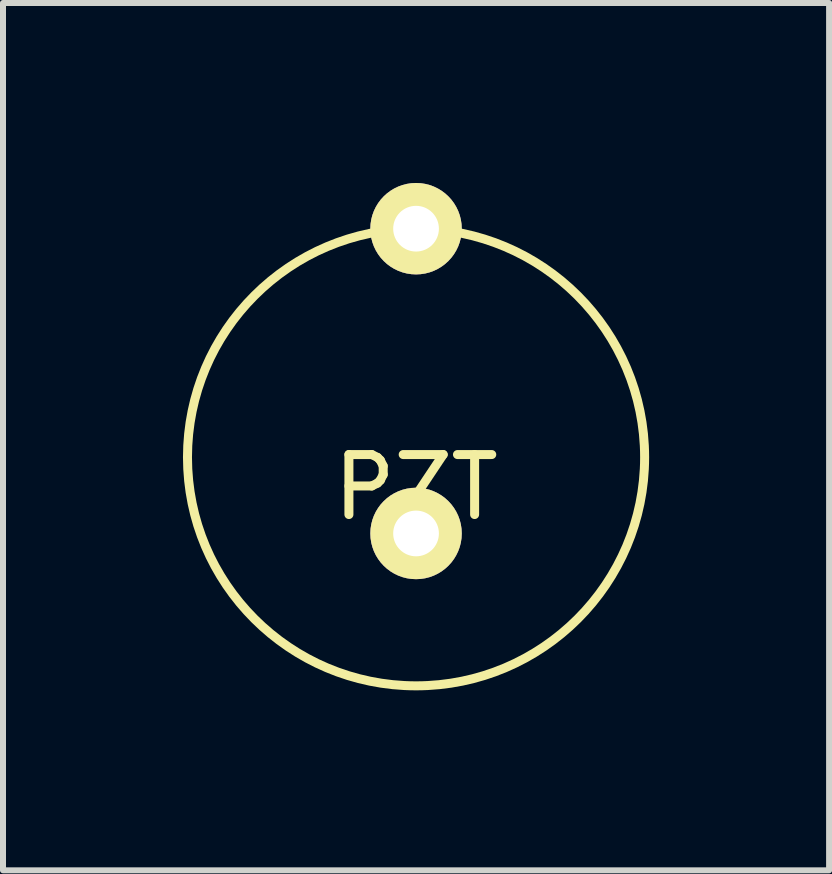
<source format=kicad_pcb>
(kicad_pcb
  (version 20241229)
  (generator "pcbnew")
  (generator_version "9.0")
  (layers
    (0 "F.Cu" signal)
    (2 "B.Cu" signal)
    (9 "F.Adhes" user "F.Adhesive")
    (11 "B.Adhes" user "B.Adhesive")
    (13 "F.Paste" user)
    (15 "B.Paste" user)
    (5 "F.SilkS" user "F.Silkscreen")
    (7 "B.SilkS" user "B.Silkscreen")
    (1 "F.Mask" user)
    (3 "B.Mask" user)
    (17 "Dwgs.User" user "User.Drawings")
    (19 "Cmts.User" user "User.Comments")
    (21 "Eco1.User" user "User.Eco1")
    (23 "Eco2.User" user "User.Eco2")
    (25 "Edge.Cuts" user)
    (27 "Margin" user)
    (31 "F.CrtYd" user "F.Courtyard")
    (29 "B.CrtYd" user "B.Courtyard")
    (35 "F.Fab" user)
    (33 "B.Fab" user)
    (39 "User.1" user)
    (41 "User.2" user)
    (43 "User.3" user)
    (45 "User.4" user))
  (footprint "PZT"
    (layer "F.Cu")
    (at 3.885 4.572)
    (property "Reference" "PZT" (at 0 0.5 0) (layer "F.SilkS") (effects (font (size 1 1) (thickness 0.15))))
    (attr through_hole)
    (fp_circle (center 0 0) (end 3.81 0) (stroke (width 0.15) (type solid)) (fill no) (layer "F.SilkS"))
    (pad "1" thru_hole circle (at 0 -3.81) (size 1.524 1.524) (drill 0.762) (layers "*.Cu" "*.Mask" "F.SilkS"))
    (pad "2" thru_hole circle (at 0 1.27) (size 1.524 1.524) (drill 0.762) (layers "*.Cu" "*.Mask" "F.SilkS")))
  (gr_rect
    (start -3 -3)
    (end 10.77 11.457)
    (stroke (width 0.1) (type default))
    (fill no)
    (layer "Edge.Cuts")))
</source>
